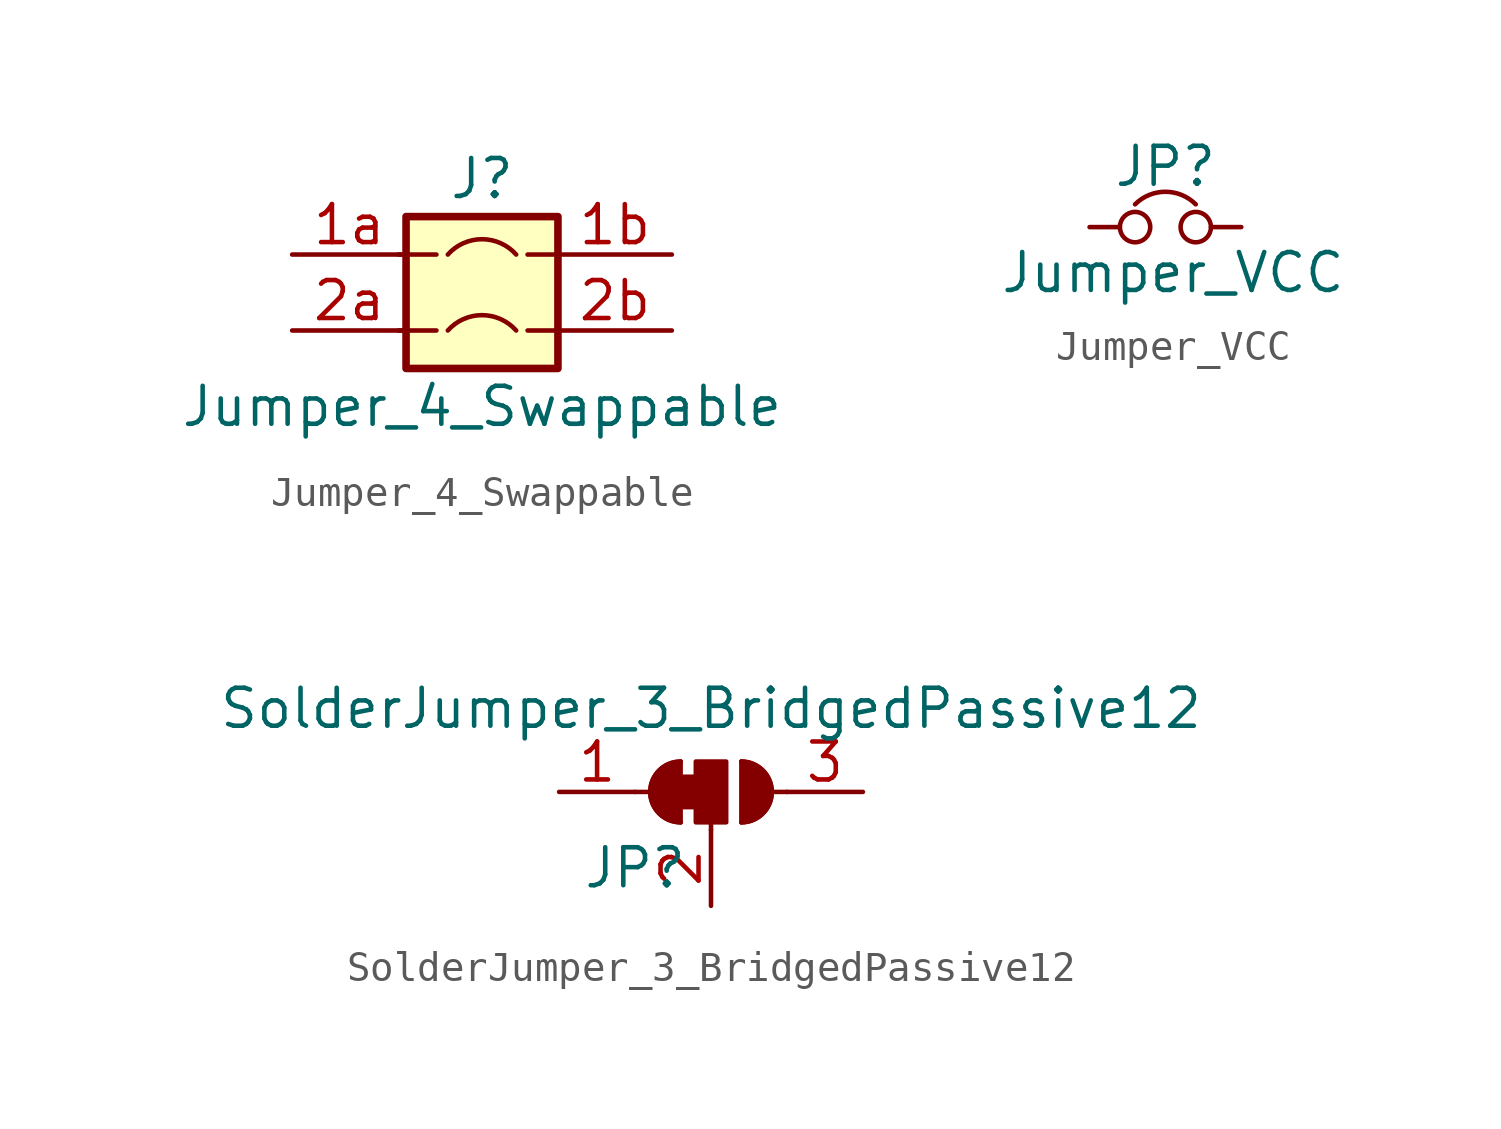
<source format=kicad_sym>
(kicad_symbol_lib
  (version 20231120)
  (generator "kicad_symbol_editor")
  (generator_version "8.0")
  (symbol "Jumper_4_Swappable"
    (pin_names
      (offset 1.016) hide)
    (property "Reference" "J"
      (at 1.27 2.54 0)
      (effects (font (size 1.27 1.27))))
    (property "Value" "Jumper_4_Swappable"
      (at 1.27 -5.08 0)
      (effects (font (size 1.27 1.27))))
    (symbol "Jumper_4_Swappable_0_1"
      (polyline (pts (xy -0.254 -2.54) (xy -1.524 -2.54)) (stroke (width 0) (type solid)) (fill (type none)))
      (polyline (pts (xy 2.794 -2.54) (xy 3.81 -2.54)) (stroke (width 0) (type solid)) (fill (type none)))
      (arc (start 2.413 -2.54) (mid 1.27 -2.0267) (end 0.127 -2.54) (stroke (width 0) (type solid)) (fill (type none))))
    (symbol "Jumper_4_Swappable_1_1"
      (rectangle (start -1.27 1.27) (end 3.81 -3.81) (stroke (width 0.254) (type solid)) (fill (type background)))
      (polyline (pts (xy -0.254 0) (xy -1.524 0)) (stroke (width 0) (type solid)) (fill (type none)))
      (polyline (pts (xy 2.794 0) (xy 3.81 0)) (stroke (width 0) (type solid)) (fill (type none)))
      (arc (start 2.413 0) (mid 1.27 0.5133) (end 0.127 0) (stroke (width 0) (type solid)) (fill (type none)))
      (pin passive line (at -5.08 0 0) (length 3.81) (name "Pin_1a" (effects (font (size 1.27 1.27)))) (number "1a" (effects (font (size 1.27 1.27)))))
      (pin passive line (at 7.62 0 180) (length 3.81) (name "Pin_1b" (effects (font (size 1.27 1.27)))) (number "1b" (effects (font (size 1.27 1.27)))))
      (pin passive line (at -5.08 -2.54 0) (length 3.81) (name "Pin_2a" (effects (font (size 1.27 1.27)))) (number "2a" (effects (font (size 1.27 1.27)))))
      (pin passive line (at 7.62 -2.54 180) (length 3.81) (name "Pin_2b" (effects (font (size 1.27 1.27)))) (number "2b" (effects (font (size 1.27 1.27)))))))
  (symbol "Jumper_VCC"
    (pin_numbers hide)
    (pin_names
      (offset 0.762) hide)
    (property "Reference" "JP"
      (at 0 2.032 0)
      (effects (font (size 1.27 1.27))))
    (property "Value" "Jumper_VCC"
      (at 0.254 -1.524 0)
      (effects (font (size 1.27 1.27))))
    (symbol "Jumper_VCC_0_1"
      (circle (center -1.016 0) (radius 0.508) (stroke (width 0) (type solid)) (fill (type none)))
      (circle (center 1.016 0) (radius 0.508) (stroke (width 0) (type solid)) (fill (type none)))
      (arc (start 1.016 0.762) (mid 0 1.1828) (end -1.016 0.762) (stroke (width 0) (type solid)) (fill (type none)))
      (pin power_out line (at -2.54 0 0) (length 1.016) (name "1" (effects (font (size 1.27 1.27)))) (number "1" (effects (font (size 1.27 1.27)))))
      (pin power_in line (at 2.54 0 180) (length 1.016) (name "2" (effects (font (size 1.27 1.27)))) (number "2" (effects (font (size 1.27 1.27)))))))
  (symbol "SolderJumper_3_BridgedPassive12"
    (pin_names
      (offset 0) hide)
    (property "Reference" "JP"
      (at -2.54 -2.54 0)
      (effects (font (size 1.27 1.27))))
    (property "Value" "SolderJumper_3_BridgedPassive12"
      (at 0 2.794 0)
      (effects (font (size 1.27 1.27))))
    (symbol "SolderJumper_3_BridgedPassive12_0_1"
      (rectangle (start -1.016 0.508) (end -0.508 -0.508) (stroke (width 0) (type solid)) (fill (type outline)))
      (arc (start -1.016 1.016) (mid -2.032 0) (end -1.016 -1.016) (stroke (width 0) (type solid)) (fill (type none)))
      (arc (start -1.016 1.016) (mid -2.032 0) (end -1.016 -1.016) (stroke (width 0) (type solid)) (fill (type outline)))
      (rectangle (start -0.508 1.016) (end 0.508 -1.016) (stroke (width 0) (type solid)) (fill (type outline)))
      (polyline (pts (xy -2.54 0) (xy -2.032 0)) (stroke (width 0) (type solid)) (fill (type none)))
      (polyline (pts (xy -1.016 1.016) (xy -1.016 -1.016)) (stroke (width 0) (type solid)) (fill (type none)))
      (polyline (pts (xy 0 -1.27) (xy 0 -1.016)) (stroke (width 0) (type solid)) (fill (type none)))
      (polyline (pts (xy 1.016 1.016) (xy 1.016 -1.016)) (stroke (width 0) (type solid)) (fill (type none)))
      (polyline (pts (xy 2.54 0) (xy 2.032 0)) (stroke (width 0) (type solid)) (fill (type none)))
      (arc (start 1.016 -1.016) (mid 2.032 0) (end 1.016 1.016) (stroke (width 0) (type solid)) (fill (type none)))
      (arc (start 1.016 -1.016) (mid 2.032 0) (end 1.016 1.016) (stroke (width 0) (type solid)) (fill (type outline))))
    (symbol "SolderJumper_3_BridgedPassive12_1_1"
      (pin input line (at -5.08 0 0) (length 2.54) (name "A" (effects (font (size 1.27 1.27)))) (number "1" (effects (font (size 1.27 1.27)))))
      (pin passive line (at 0 -3.81 90) (length 2.54) (name "C" (effects (font (size 1.27 1.27)))) (number "2" (effects (font (size 1.27 1.27)))))
      (pin input line (at 5.08 0 180) (length 2.54) (name "B" (effects (font (size 1.27 1.27)))) (number "3" (effects (font (size 1.27 1.27))))))))
</source>
